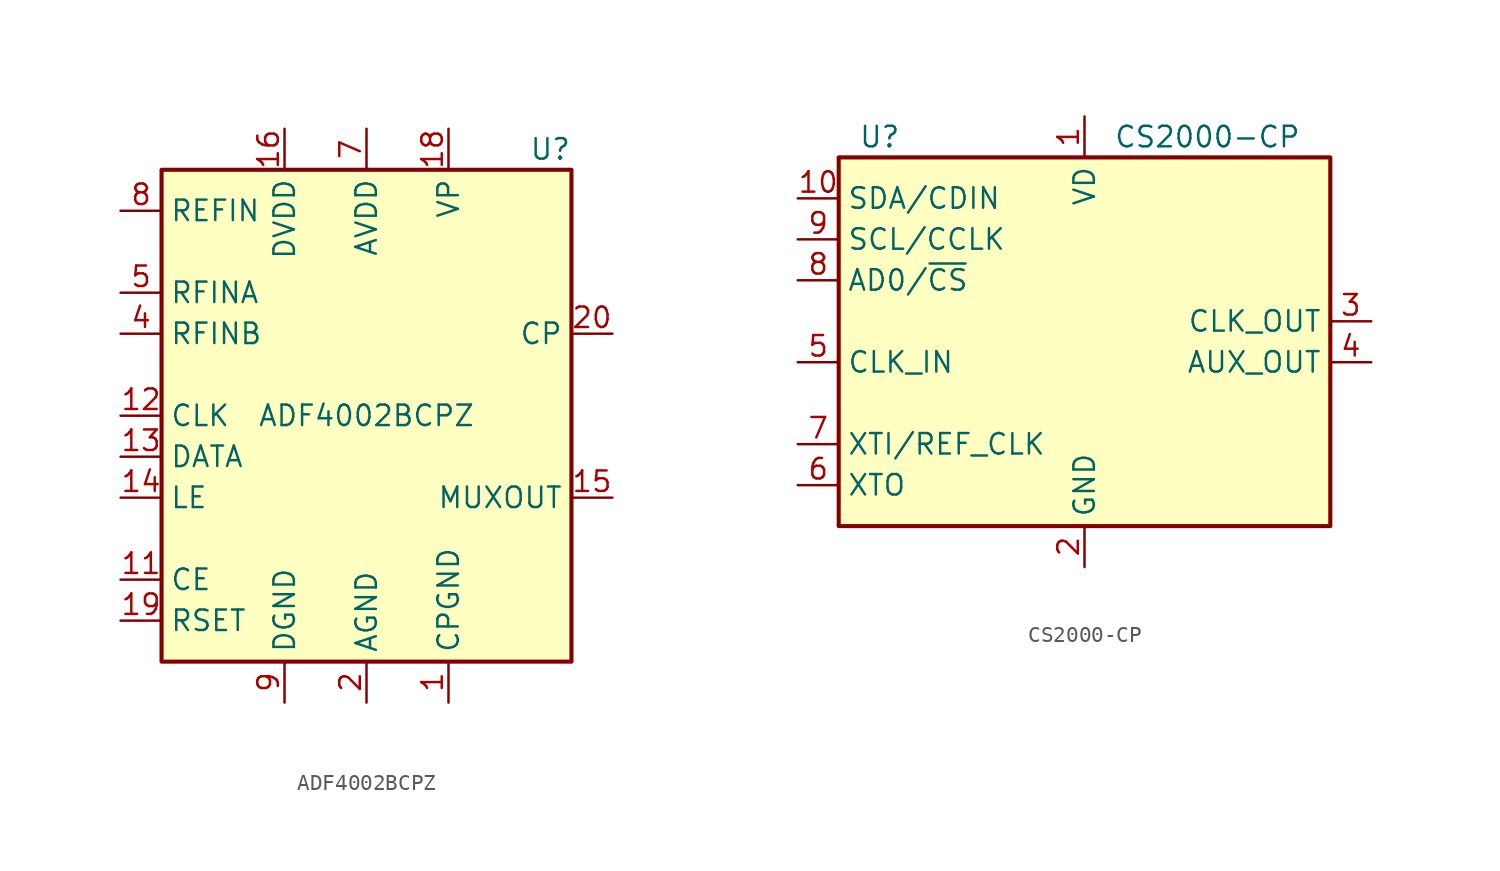
<source format=kicad_sym>
(kicad_symbol_lib
  (version 20231120)
  (generator "kicad_symbol_editor")
  (generator_version "8.0")
  (symbol "ADF4002BCPZ"
    (property "Reference" "U"
      (at 12.7 16.51 0)
      (effects (font (size 1.27 1.27)) (justify right)))
    (property "Value" "ADF4002BCPZ"
      (at 0 0 0)
      (effects (font (size 1.27 1.27))))
    (symbol "ADF4002BCPZ_0_1"
      (rectangle (start -12.7 15.24) (end 12.7 -15.24) (stroke (width 0.254) (type default)) (fill (type background))))
    (symbol "ADF4002BCPZ_1_1"
      (pin power_in line (at 5.08 -17.78 90) (length 2.54) (name "CPGND" (effects (font (size 1.27 1.27)))) (number "1" (effects (font (size 1.27 1.27)))))
      (pin passive line (at -5.08 -17.78 90) (length 2.54) hide (name "DGND" (effects (font (size 1.27 1.27)))) (number "10" (effects (font (size 1.27 1.27)))))
      (pin input line (at -15.24 -10.16 0) (length 2.54) (name "CE" (effects (font (size 1.27 1.27)))) (number "11" (effects (font (size 1.27 1.27)))))
      (pin input line (at -15.24 0 0) (length 2.54) (name "CLK" (effects (font (size 1.27 1.27)))) (number "12" (effects (font (size 1.27 1.27)))))
      (pin input line (at -15.24 -2.54 0) (length 2.54) (name "DATA" (effects (font (size 1.27 1.27)))) (number "13" (effects (font (size 1.27 1.27)))))
      (pin input line (at -15.24 -5.08 0) (length 2.54) (name "LE" (effects (font (size 1.27 1.27)))) (number "14" (effects (font (size 1.27 1.27)))))
      (pin output line (at 15.24 -5.08 180) (length 2.54) (name "MUXOUT" (effects (font (size 1.27 1.27)))) (number "15" (effects (font (size 1.27 1.27)))))
      (pin power_in line (at -5.08 17.78 270) (length 2.54) (name "DVDD" (effects (font (size 1.27 1.27)))) (number "16" (effects (font (size 1.27 1.27)))))
      (pin passive line (at -5.08 17.78 270) (length 2.54) hide (name "DVDD" (effects (font (size 1.27 1.27)))) (number "17" (effects (font (size 1.27 1.27)))))
      (pin power_in line (at 5.08 17.78 270) (length 2.54) (name "VP" (effects (font (size 1.27 1.27)))) (number "18" (effects (font (size 1.27 1.27)))))
      (pin input line (at -15.24 -12.7 0) (length 2.54) (name "RSET" (effects (font (size 1.27 1.27)))) (number "19" (effects (font (size 1.27 1.27)))))
      (pin power_in line (at 0 -17.78 90) (length 2.54) (name "AGND" (effects (font (size 1.27 1.27)))) (number "2" (effects (font (size 1.27 1.27)))))
      (pin output line (at 15.24 5.08 180) (length 2.54) (name "CP" (effects (font (size 1.27 1.27)))) (number "20" (effects (font (size 1.27 1.27)))))
      (pin passive line (at 0 -17.78 90) (length 2.54) hide (name "AGND" (effects (font (size 1.27 1.27)))) (number "21" (effects (font (size 1.27 1.27)))))
      (pin passive line (at 0 -17.78 90) (length 2.54) hide (name "AGND" (effects (font (size 1.27 1.27)))) (number "3" (effects (font (size 1.27 1.27)))))
      (pin input line (at -15.24 5.08 0) (length 2.54) (name "RFINB" (effects (font (size 1.27 1.27)))) (number "4" (effects (font (size 1.27 1.27)))))
      (pin input line (at -15.24 7.62 0) (length 2.54) (name "RFINA" (effects (font (size 1.27 1.27)))) (number "5" (effects (font (size 1.27 1.27)))))
      (pin passive line (at 0 17.78 270) (length 2.54) hide (name "AVDD" (effects (font (size 1.27 1.27)))) (number "6" (effects (font (size 1.27 1.27)))))
      (pin power_in line (at 0 17.78 270) (length 2.54) (name "AVDD" (effects (font (size 1.27 1.27)))) (number "7" (effects (font (size 1.27 1.27)))))
      (pin input line (at -15.24 12.7 0) (length 2.54) (name "REFIN" (effects (font (size 1.27 1.27)))) (number "8" (effects (font (size 1.27 1.27)))))
      (pin power_in line (at -5.08 -17.78 90) (length 2.54) (name "DGND" (effects (font (size 1.27 1.27)))) (number "9" (effects (font (size 1.27 1.27)))))))
  (symbol "CS2000-CP"
    (property "Reference" "U"
      (at -12.7 13.97 0)
      (effects (font (size 1.27 1.27))))
    (property "Value" "CS2000-CP"
      (at 7.62 13.97 0)
      (effects (font (size 1.27 1.27))))
    (symbol "CS2000-CP_0_1"
      (rectangle (start -15.24 12.7) (end 15.24 -10.16) (stroke (width 0.254) (type default)) (fill (type background))))
    (symbol "CS2000-CP_1_1"
      (pin power_in line (at 0 15.24 270) (length 2.54) (name "VD" (effects (font (size 1.27 1.27)))) (number "1" (effects (font (size 1.27 1.27)))))
      (pin bidirectional line (at -17.78 10.16 0) (length 2.54) (name "SDA/CDIN" (effects (font (size 1.27 1.27)))) (number "10" (effects (font (size 1.27 1.27)))))
      (pin power_in line (at 0 -12.7 90) (length 2.54) (name "GND" (effects (font (size 1.27 1.27)))) (number "2" (effects (font (size 1.27 1.27)))))
      (pin output line (at 17.78 2.54 180) (length 2.54) (name "CLK_OUT" (effects (font (size 1.27 1.27)))) (number "3" (effects (font (size 1.27 1.27)))))
      (pin output line (at 17.78 0 180) (length 2.54) (name "AUX_OUT" (effects (font (size 1.27 1.27)))) (number "4" (effects (font (size 1.27 1.27)))))
      (pin input line (at -17.78 0 0) (length 2.54) (name "CLK_IN" (effects (font (size 1.27 1.27)))) (number "5" (effects (font (size 1.27 1.27)))))
      (pin output line (at -17.78 -7.62 0) (length 2.54) (name "XTO" (effects (font (size 1.27 1.27)))) (number "6" (effects (font (size 1.27 1.27)))))
      (pin input line (at -17.78 -5.08 0) (length 2.54) (name "XTI/REF_CLK" (effects (font (size 1.27 1.27)))) (number "7" (effects (font (size 1.27 1.27)))))
      (pin input line (at -17.78 5.08 0) (length 2.54) (name "AD0/~{CS}" (effects (font (size 1.27 1.27)))) (number "8" (effects (font (size 1.27 1.27)))))
      (pin input line (at -17.78 7.62 0) (length 2.54) (name "SCL/CCLK" (effects (font (size 1.27 1.27)))) (number "9" (effects (font (size 1.27 1.27))))))))
</source>
